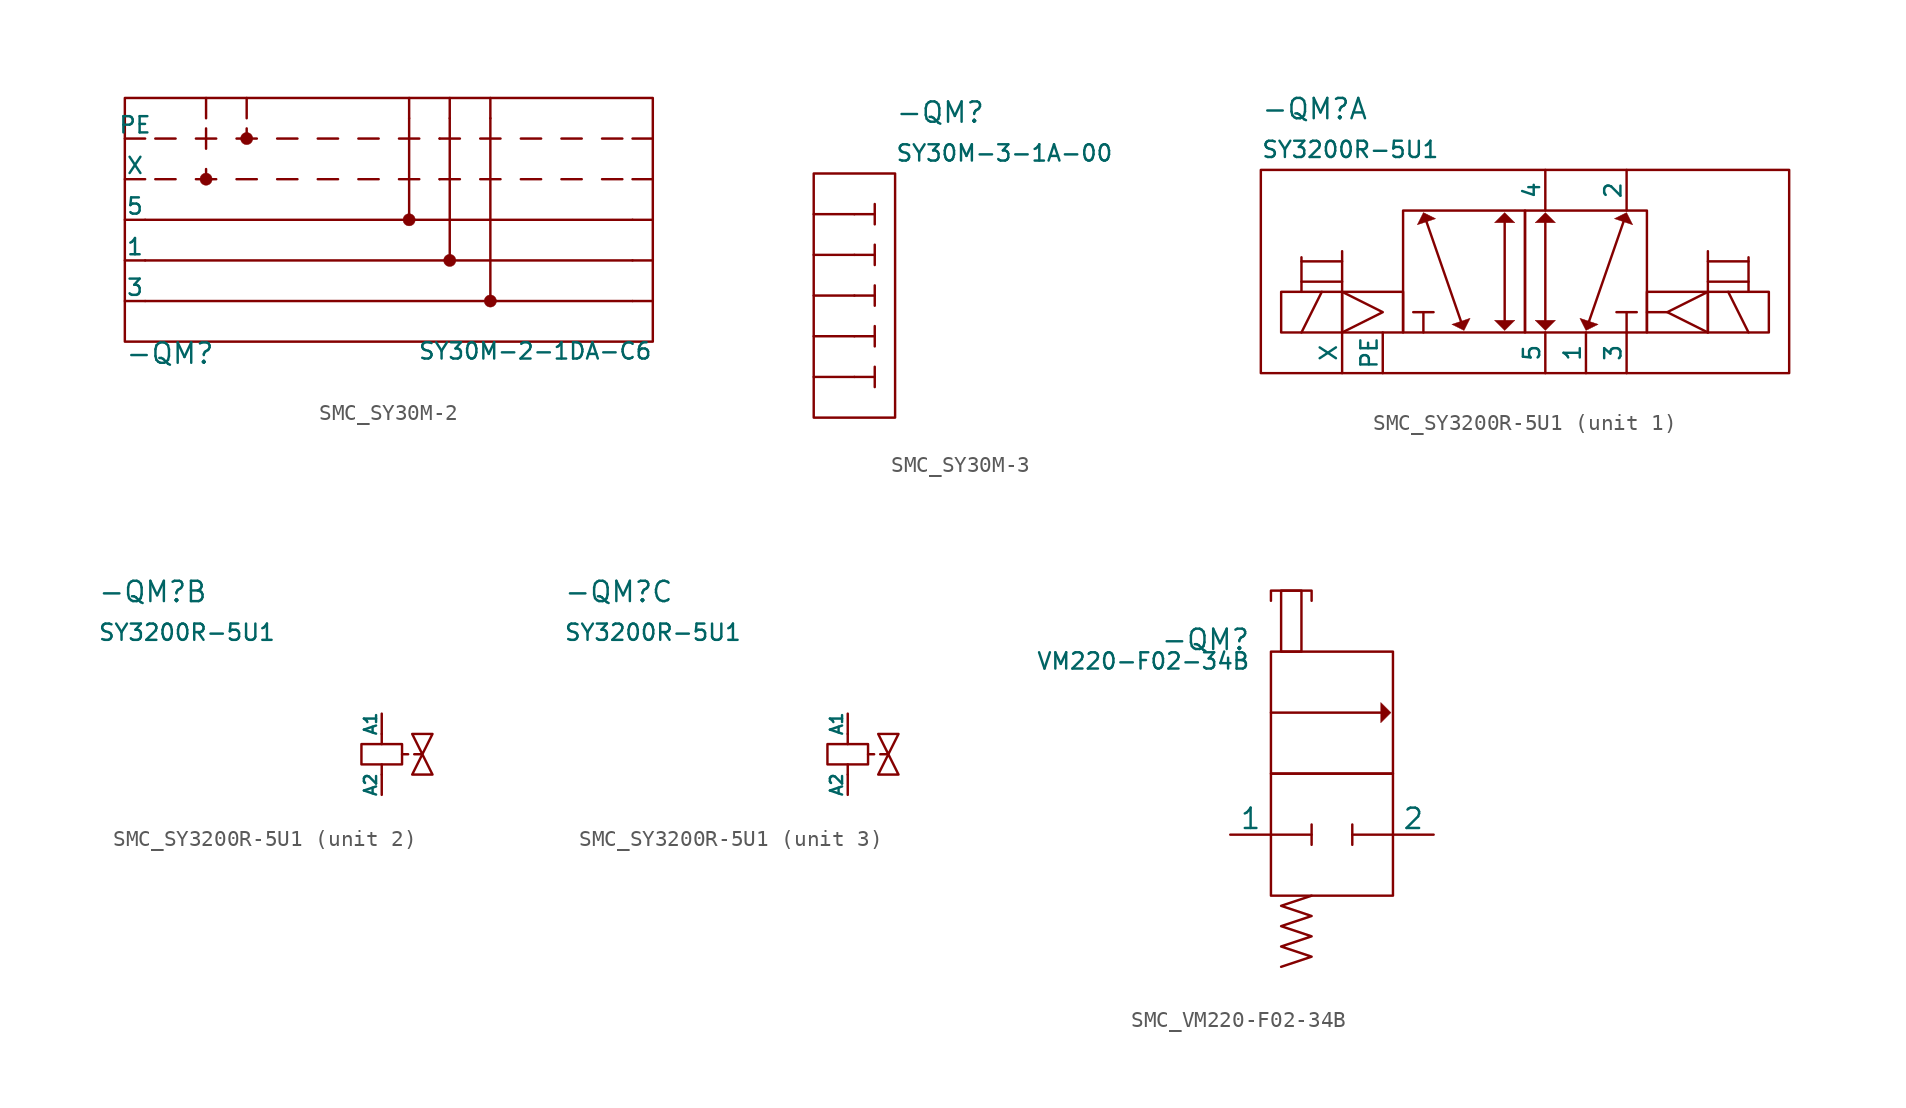
<source format=kicad_sym>
(kicad_symbol_lib
  (version 20231120)
  (generator "kicad_symbol_editor")
  (generator_version "8.0")
  (symbol "SMC_SY30M-2"
    (pin_numbers hide)
    (pin_names
      (offset 0))
    (property "Reference" "-QM"
      (at -16.51 -7.62 0)
      (do_not_autoplace)
      (effects (font (size 1.27 1.27)) (justify left top)))
    (property "Value" "${PartNo}"
      (at 16.51 -7.62 0)
      (do_not_autoplace)
      (effects (font (size 1.016 1.016)) (justify right top)))
    (property "PartNo" "SY30M-2-1DA-C6"
      (at 0 -10.16 0)
      (effects (font (size 1.27 1.27)) (hide yes)))
    (symbol "SMC_SY30M-2_0_1"
      (rectangle (start -16.51 7.62) (end 16.51 -7.62) (stroke (width 0) (type default)) (fill (type none)))
      (circle (center -11.43 2.54) (radius 0.381) (stroke (width 0.025) (type default)) (fill (type outline)))
      (circle (center -8.89 5.08) (radius 0.381) (stroke (width 0.025) (type default)) (fill (type outline)))
      (polyline (pts (xy -15.24 -5.08) (xy 15.24 -5.08)) (stroke (width 0) (type default)) (fill (type none)))
      (polyline (pts (xy -15.24 0) (xy 15.24 0)) (stroke (width 0) (type default)) (fill (type none)))
      (polyline (pts (xy -14.605 2.54) (xy -13.335 2.54)) (stroke (width 0) (type default)) (fill (type none)))
      (polyline (pts (xy -14.605 5.08) (xy -13.335 5.08)) (stroke (width 0) (type default)) (fill (type none)))
      (polyline (pts (xy -12.065 2.54) (xy -10.795 2.54)) (stroke (width 0) (type default)) (fill (type none)))
      (polyline (pts (xy -12.065 5.08) (xy -10.795 5.08)) (stroke (width 0) (type default)) (fill (type none)))
      (polyline (pts (xy -11.43 2.54) (xy -11.43 3.175)) (stroke (width 0) (type default)) (fill (type none)))
      (polyline (pts (xy -11.43 4.445) (xy -11.43 5.715)) (stroke (width 0) (type default)) (fill (type none)))
      (polyline (pts (xy -9.525 2.54) (xy -8.255 2.54)) (stroke (width 0) (type default)) (fill (type none)))
      (polyline (pts (xy -9.525 5.08) (xy -8.255 5.08)) (stroke (width 0) (type default)) (fill (type none)))
      (polyline (pts (xy -8.89 5.715) (xy -8.89 5.08)) (stroke (width 0) (type default)) (fill (type none)))
      (polyline (pts (xy -6.985 2.54) (xy -5.715 2.54)) (stroke (width 0) (type default)) (fill (type none)))
      (polyline (pts (xy -6.985 5.08) (xy -5.715 5.08)) (stroke (width 0) (type default)) (fill (type none)))
      (polyline (pts (xy -4.445 2.54) (xy -3.175 2.54)) (stroke (width 0) (type default)) (fill (type none)))
      (polyline (pts (xy -4.445 5.08) (xy -3.175 5.08)) (stroke (width 0) (type default)) (fill (type none)))
      (polyline (pts (xy -1.905 2.54) (xy -0.635 2.54)) (stroke (width 0) (type default)) (fill (type none)))
      (polyline (pts (xy -1.905 5.08) (xy -0.635 5.08)) (stroke (width 0) (type default)) (fill (type none)))
      (polyline (pts (xy 0.635 2.54) (xy 1.905 2.54)) (stroke (width 0) (type default)) (fill (type none)))
      (polyline (pts (xy 0.635 5.08) (xy 1.905 5.08)) (stroke (width 0) (type default)) (fill (type none)))
      (polyline (pts (xy 1.27 0) (xy 1.27 6.35)) (stroke (width 0) (type default)) (fill (type none)))
      (polyline (pts (xy 3.175 2.54) (xy 3.175 2.54)) (stroke (width 0) (type default)) (fill (type none)))
      (polyline (pts (xy 3.175 2.54) (xy 4.445 2.54)) (stroke (width 0) (type default)) (fill (type none)))
      (polyline (pts (xy 3.175 5.08) (xy 3.175 5.08)) (stroke (width 0) (type default)) (fill (type none)))
      (polyline (pts (xy 3.175 5.08) (xy 4.445 5.08)) (stroke (width 0) (type default)) (fill (type none)))
      (polyline (pts (xy 3.81 6.35) (xy 3.81 -2.54)) (stroke (width 0) (type default)) (fill (type none)))
      (polyline (pts (xy 5.715 2.54) (xy 6.985 2.54)) (stroke (width 0) (type default)) (fill (type none)))
      (polyline (pts (xy 5.715 5.08) (xy 6.985 5.08)) (stroke (width 0) (type default)) (fill (type none)))
      (polyline (pts (xy 6.35 6.35) (xy 6.35 -5.08)) (stroke (width 0) (type default)) (fill (type none)))
      (polyline (pts (xy 8.255 2.54) (xy 9.525 2.54)) (stroke (width 0) (type default)) (fill (type none)))
      (polyline (pts (xy 8.255 5.08) (xy 9.525 5.08)) (stroke (width 0) (type default)) (fill (type none)))
      (polyline (pts (xy 10.795 2.54) (xy 12.065 2.54)) (stroke (width 0) (type default)) (fill (type none)))
      (polyline (pts (xy 10.795 5.08) (xy 12.065 5.08)) (stroke (width 0) (type default)) (fill (type none)))
      (polyline (pts (xy 13.335 2.54) (xy 14.605 2.54)) (stroke (width 0) (type default)) (fill (type none)))
      (polyline (pts (xy 13.335 5.08) (xy 14.605 5.08)) (stroke (width 0) (type default)) (fill (type none)))
      (polyline (pts (xy 15.24 -2.54) (xy -15.24 -2.54)) (stroke (width 0) (type default)) (fill (type none)))
      (circle (center 1.27 0) (radius 0.381) (stroke (width 0.025) (type default)) (fill (type outline)))
      (circle (center 3.81 -2.54) (radius 0.381) (stroke (width 0.025) (type default)) (fill (type outline)))
      (circle (center 6.35 -5.08) (radius 0.381) (stroke (width 0.025) (type default)) (fill (type outline))))
    (symbol "SMC_SY30M-2_1_1"
      (pin passive line (at -16.51 5.08 0) (length 1.27) (name "PE" (effects (font (size 1.016 1.016)))) (number "1" (effects (font (size 1.016 1.016)))))
      (pin passive line (at 16.51 5.08 180) (length 1.27) (name "" (effects (font (size 1.27 1.27)))) (number "10" (effects (font (size 1.27 1.27)))))
      (pin passive line (at 6.35 7.62 270) (length 1.27) (name "" (effects (font (size 1.27 1.27)))) (number "11" (effects (font (size 1.27 1.27)))))
      (pin passive line (at 3.81 7.62 270) (length 1.27) (name "" (effects (font (size 1.27 1.27)))) (number "12" (effects (font (size 1.27 1.27)))))
      (pin passive line (at 1.27 7.62 270) (length 1.27) (name "" (effects (font (size 1.27 1.27)))) (number "13" (effects (font (size 1.27 1.27)))))
      (pin passive line (at -8.89 7.62 270) (length 1.27) (name "" (effects (font (size 1.27 1.27)))) (number "14" (effects (font (size 1.27 1.27)))))
      (pin passive line (at -11.43 7.62 270) (length 1.27) (name "" (effects (font (size 1.27 1.27)))) (number "16" (effects (font (size 1.27 1.27)))))
      (pin passive line (at -16.51 2.54 0) (length 1.27) (name "X" (effects (font (size 1.016 1.016)))) (number "2" (effects (font (size 1.016 1.016)))))
      (pin passive line (at -16.51 0 0) (length 1.27) (name "5" (effects (font (size 1.016 1.016)))) (number "3" (effects (font (size 1.016 1.016)))))
      (pin passive line (at -16.51 -2.54 0) (length 1.27) (name "1" (effects (font (size 1.016 1.016)))) (number "4" (effects (font (size 1.016 1.016)))))
      (pin passive line (at -16.51 -5.08 0) (length 1.27) (name "3" (effects (font (size 1.016 1.016)))) (number "5" (effects (font (size 1.016 1.016)))))
      (pin passive line (at 16.51 -5.08 180) (length 1.27) (name "" (effects (font (size 1.27 1.27)))) (number "6" (effects (font (size 1.27 1.27)))))
      (pin passive line (at 16.51 -2.54 180) (length 1.27) (name "" (effects (font (size 1.27 1.27)))) (number "7" (effects (font (size 1.27 1.27)))))
      (pin passive line (at 16.51 0 180) (length 1.27) (name "" (effects (font (size 1.27 1.27)))) (number "8" (effects (font (size 1.27 1.27)))))
      (pin passive line (at 16.51 2.54 180) (length 1.27) (name "" (effects (font (size 1.27 1.27)))) (number "9" (effects (font (size 1.27 1.27)))))))
  (symbol "SMC_SY30M-3"
    (pin_numbers hide)
    (pin_names
      (offset 0))
    (property "Reference" "-QM"
      (at 5.08 11.43 0)
      (do_not_autoplace)
      (effects (font (size 1.27 1.27)) (justify left)))
    (property "Value" "${PartNo}"
      (at 5.08 8.89 0)
      (do_not_autoplace)
      (effects (font (size 1.016 1.016)) (justify left)))
    (property "PartNo" "SY30M-3-1A-00"
      (at 0 -10.16 0)
      (effects (font (size 1.27 1.27)) (hide yes)))
    (symbol "SMC_SY30M-3_0_1"
      (polyline (pts (xy 2.54 -5.08) (xy 3.81 -5.08)) (stroke (width 0) (type default)) (fill (type none)))
      (polyline (pts (xy 2.54 -2.54) (xy 3.81 -2.54)) (stroke (width 0) (type default)) (fill (type none)))
      (polyline (pts (xy 2.54 0) (xy 3.81 0)) (stroke (width 0) (type default)) (fill (type none)))
      (polyline (pts (xy 2.54 2.54) (xy 3.81 2.54)) (stroke (width 0) (type default)) (fill (type none)))
      (polyline (pts (xy 2.54 5.08) (xy 3.81 5.08)) (stroke (width 0) (type default)) (fill (type none)))
      (polyline (pts (xy 3.81 -5.715) (xy 3.81 -4.445)) (stroke (width 0) (type default)) (fill (type none)))
      (polyline (pts (xy 3.81 -3.175) (xy 3.81 -1.905)) (stroke (width 0) (type default)) (fill (type none)))
      (polyline (pts (xy 3.81 -0.635) (xy 3.81 0.635)) (stroke (width 0) (type default)) (fill (type none)))
      (polyline (pts (xy 3.81 1.905) (xy 3.81 3.175)) (stroke (width 0) (type default)) (fill (type none)))
      (polyline (pts (xy 3.81 4.445) (xy 3.81 5.715)) (stroke (width 0) (type default)) (fill (type none)))
      (rectangle (start 0 7.62) (end 5.08 -7.62) (stroke (width 0) (type default)) (fill (type none))))
    (symbol "SMC_SY30M-3_1_1"
      (pin passive line (at 0 -5.08 0) (length 2.54) (name "" (effects (font (size 1.27 1.27)))) (number "5" (effects (font (size 1.27 1.27)))))
      (pin passive line (at 0 -2.54 0) (length 2.54) (name "" (effects (font (size 1.27 1.27)))) (number "6" (effects (font (size 1.27 1.27)))))
      (pin passive line (at 0 0 0) (length 2.54) (name "" (effects (font (size 1.27 1.27)))) (number "7" (effects (font (size 1.27 1.27)))))
      (pin passive line (at 0 2.54 0) (length 2.54) (name "" (effects (font (size 1.27 1.27)))) (number "8" (effects (font (size 1.27 1.27)))))
      (pin passive line (at 0 5.08 0) (length 2.54) (name "" (effects (font (size 1.27 1.27)))) (number "9" (effects (font (size 1.27 1.27)))))))
  (symbol "SMC_SY3200R-5U1"
    (pin_numbers hide)
    (pin_names
      (offset 0))
    (property "Reference" "-QM"
      (at -17.78 10.16 0)
      (do_not_autoplace)
      (effects (font (size 1.27 1.27)) (justify left)))
    (property "Value" "${PartNo}"
      (at -17.78 7.62 0)
      (do_not_autoplace)
      (effects (font (size 1.016 1.016)) (justify left)))
    (property "PartNo" "SY3200R-5U1"
      (at 0 -16.51 0)
      (effects (font (size 1.27 1.27)) (hide yes)))
    (property "ki_locked" ""
      (at 0 0 0)
      (effects (font (size 1.27 1.27))))
    (symbol "SMC_SY3200R-5U1_1_1"
      (rectangle (start -17.78 6.35) (end 15.24 -6.35) (stroke (width 0) (type default)) (fill (type none)))
      (rectangle (start -16.51 -1.27) (end -12.7 -3.81) (stroke (width 0) (type default)) (fill (type none)))
      (rectangle (start -12.7 -1.27) (end -8.89 -3.81) (stroke (width 0) (type default)) (fill (type none)))
      (rectangle (start -8.89 3.81) (end -1.27 -3.81) (stroke (width 0) (type default)) (fill (type none)))
      (rectangle (start -1.27 3.81) (end 6.35 -3.81) (stroke (width 0) (type default)) (fill (type none)))
      (polyline (pts (xy -15.24 -3.81) (xy -13.97 -1.27)) (stroke (width 0) (type default)) (fill (type none)))
      (polyline (pts (xy -15.24 -0.635) (xy -12.7 -0.635)) (stroke (width 0) (type default)) (fill (type none)))
      (polyline (pts (xy -15.24 0.889) (xy -15.24 -1.27)) (stroke (width 0) (type default)) (fill (type none)))
      (polyline (pts (xy -12.7 -1.27) (xy -12.7 1.27)) (stroke (width 0) (type default)) (fill (type none)))
      (polyline (pts (xy -12.7 0.635) (xy -15.24 0.635)) (stroke (width 0) (type default)) (fill (type none)))
      (polyline (pts (xy -8.255 -2.54) (xy -6.985 -2.54)) (stroke (width 0) (type default)) (fill (type none)))
      (polyline (pts (xy -7.62 -3.81) (xy -7.62 -2.54)) (stroke (width 0) (type default)) (fill (type none)))
      (polyline (pts (xy -5.207 -3.302) (xy -7.493 3.302)) (stroke (width 0) (type default)) (fill (type none)))
      (polyline (pts (xy -2.54 -3.048) (xy -2.54 3.048)) (stroke (width 0) (type default)) (fill (type none)))
      (polyline (pts (xy 0 -3.048) (xy 0 3.048)) (stroke (width 0) (type default)) (fill (type none)))
      (polyline (pts (xy 2.667 -3.302) (xy 4.953 3.302)) (stroke (width 0) (type default)) (fill (type none)))
      (polyline (pts (xy 4.445 -2.54) (xy 5.715 -2.54)) (stroke (width 0) (type default)) (fill (type none)))
      (polyline (pts (xy 5.08 -3.81) (xy 5.08 -2.54)) (stroke (width 0) (type default)) (fill (type none)))
      (polyline (pts (xy 7.62 -2.54) (xy 6.35 -2.54)) (stroke (width 0) (type default)) (fill (type none)))
      (polyline (pts (xy 10.16 -1.27) (xy 10.16 1.27)) (stroke (width 0) (type default)) (fill (type none)))
      (polyline (pts (xy 10.16 0.635) (xy 12.7 0.635)) (stroke (width 0) (type default)) (fill (type none)))
      (polyline (pts (xy 12.7 -3.81) (xy 11.43 -1.27)) (stroke (width 0) (type default)) (fill (type none)))
      (polyline (pts (xy 12.7 -0.635) (xy 10.16 -0.635)) (stroke (width 0) (type default)) (fill (type none)))
      (polyline (pts (xy 12.7 0.889) (xy 12.7 -1.27)) (stroke (width 0) (type default)) (fill (type none)))
      (polyline (pts (xy -12.7 -3.81) (xy -10.16 -2.54) (xy -12.7 -1.27)) (stroke (width 0) (type default)) (fill (type none)))
      (polyline (pts (xy 10.16 -3.81) (xy 7.62 -2.54) (xy 10.16 -1.27)) (stroke (width 0) (type default)) (fill (type none)))
      (polyline (pts (xy -7.62 3.683) (xy -8.001 2.921) (xy -6.858 3.302) (xy -7.62 3.683)) (stroke (width 0.025) (type default)) (fill (type outline)))
      (polyline (pts (xy -5.08 -3.683) (xy -4.699 -2.921) (xy -5.842 -3.302) (xy -5.08 -3.683)) (stroke (width 0.025) (type default)) (fill (type outline)))
      (polyline (pts (xy -2.54 -3.683) (xy -3.175 -3.048) (xy -1.905 -3.048) (xy -2.54 -3.683)) (stroke (width 0.025) (type default)) (fill (type outline)))
      (polyline (pts (xy -2.54 3.683) (xy -3.175 3.048) (xy -1.905 3.048) (xy -2.54 3.683)) (stroke (width 0.025) (type default)) (fill (type outline)))
      (polyline (pts (xy 0 -3.683) (xy -0.635 -3.048) (xy 0.635 -3.048) (xy 0 -3.683)) (stroke (width 0.025) (type default)) (fill (type outline)))
      (polyline (pts (xy 0 3.683) (xy -0.635 3.048) (xy 0.635 3.048) (xy 0 3.683)) (stroke (width 0.025) (type default)) (fill (type outline)))
      (polyline (pts (xy 2.54 -3.683) (xy 2.159 -2.921) (xy 3.302 -3.302) (xy 2.54 -3.683)) (stroke (width 0.025) (type default)) (fill (type outline)))
      (polyline (pts (xy 5.08 3.683) (xy 5.461 2.921) (xy 4.318 3.302) (xy 5.08 3.683)) (stroke (width 0.025) (type default)) (fill (type outline)))
      (rectangle (start 6.35 -1.27) (end 10.16 -3.81) (stroke (width 0) (type default)) (fill (type none)))
      (rectangle (start 10.16 -1.27) (end 13.97 -3.81) (stroke (width 0) (type default)) (fill (type none)))
      (pin passive line (at 2.54 -6.35 90) (length 2.54) (name "1" (effects (font (size 1.016 1.016)))) (number "" (effects (font (size 1.016 1.016)))))
      (pin passive line (at 5.08 -6.35 90) (length 2.54) (name "3" (effects (font (size 1.016 1.016)))) (number "" (effects (font (size 1.016 1.016)))))
      (pin passive line (at 0 -6.35 90) (length 2.54) (name "5" (effects (font (size 1.016 1.016)))) (number "" (effects (font (size 1.016 1.016)))))
      (pin passive line (at -10.16 -6.35 90) (length 2.54) (name "PE" (effects (font (size 1.016 1.016)))) (number "" (effects (font (size 1.016 1.016)))))
      (pin passive line (at -12.7 -6.35 90) (length 2.54) (name "X" (effects (font (size 1.016 1.016)))) (number "" (effects (font (size 1.016 1.016)))))
      (pin passive line (at 5.08 6.35 270) (length 2.54) (name "2" (effects (font (size 1.016 1.016)))) (number "2" (effects (font (size 1.016 1.016)))))
      (pin passive line (at 0 6.35 270) (length 2.54) (name "4" (effects (font (size 1.016 1.016)))) (number "4" (effects (font (size 1.016 1.016))))))
    (symbol "SMC_SY3200R-5U1_2_1"
      (rectangle (start -1.27 0.635) (end 1.27 -0.635) (stroke (width 0) (type default)) (fill (type none)))
      (polyline (pts (xy 0 -1.27) (xy 0 -0.635)) (stroke (width 0) (type default)) (fill (type none)))
      (polyline (pts (xy 0 0.635) (xy 0 1.27)) (stroke (width 0) (type default)) (fill (type none)))
      (polyline (pts (xy 1.27 0) (xy 1.651 0)) (stroke (width 0) (type default)) (fill (type none)))
      (polyline (pts (xy 2.032 0) (xy 2.54 0)) (stroke (width 0) (type default)) (fill (type none)))
      (polyline (pts (xy 1.905 -1.27) (xy 3.175 1.27) (xy 1.905 1.27) (xy 3.175 -1.27) (xy 1.905 -1.27)) (stroke (width 0) (type default)) (fill (type none)))
      (pin passive line (at 0 2.54 270) (length 1.27) (name "A1" (effects (font (size 0.762 0.762)))) (number "" (effects (font (size 1.27 1.27)))))
      (pin passive line (at 0 -2.54 90) (length 1.27) (name "A2" (effects (font (size 0.762 0.762)))) (number "" (effects (font (size 1.27 1.27))))))
    (symbol "SMC_SY3200R-5U1_3_1"
      (rectangle (start -1.27 0.635) (end 1.27 -0.635) (stroke (width 0) (type default)) (fill (type none)))
      (polyline (pts (xy 0 -1.27) (xy 0 -0.635)) (stroke (width 0) (type default)) (fill (type none)))
      (polyline (pts (xy 0 0.635) (xy 0 1.27)) (stroke (width 0) (type default)) (fill (type none)))
      (polyline (pts (xy 1.27 0) (xy 1.651 0)) (stroke (width 0) (type default)) (fill (type none)))
      (polyline (pts (xy 2.032 0) (xy 2.54 0)) (stroke (width 0) (type default)) (fill (type none)))
      (polyline (pts (xy 1.905 -1.27) (xy 3.175 1.27) (xy 1.905 1.27) (xy 3.175 -1.27) (xy 1.905 -1.27)) (stroke (width 0) (type default)) (fill (type none)))
      (pin passive line (at 0 2.54 270) (length 1.27) (name "A1" (effects (font (size 0.762 0.762)))) (number "" (effects (font (size 1.27 1.27)))))
      (pin passive line (at 0 -2.54 90) (length 1.27) (name "A2" (effects (font (size 0.762 0.762)))) (number "" (effects (font (size 1.27 1.27)))))))
  (symbol "SMC_VM220-F02-34B"
    (pin_numbers hide)
    (pin_names
      (offset 0))
    (property "Reference" "-QM"
      (at -5.08 11.43 0)
      (effects (font (size 1.27 1.27)) (justify right bottom)))
    (property "Value" "${PartNo}"
      (at -5.08 11.43 0)
      (effects (font (size 1.016 1.016)) (justify right top)))
    (property "PartNo" "VM220-F02-34B"
      (at -5.08 11.43 0)
      (effects (font (size 1.016 1.016)) (justify right top) (hide yes)))
    (symbol "SMC_VM220-F02-34B_0_1"
      (rectangle (start -3.81 3.81) (end 3.81 -3.81) (stroke (width 0) (type default)) (fill (type none)))
      (rectangle (start -3.81 11.43) (end 3.81 3.81) (stroke (width 0) (type default)) (fill (type none)))
      (rectangle (start -3.175 15.24) (end -1.905 11.43) (stroke (width 0) (type default)) (fill (type none)))
      (polyline (pts (xy -3.81 0) (xy -1.27 0)) (stroke (width 0) (type default)) (fill (type none)))
      (polyline (pts (xy -1.27 -0.635) (xy -1.27 0.635)) (stroke (width 0) (type default)) (fill (type none)))
      (polyline (pts (xy 1.27 -0.635) (xy 1.27 0.635)) (stroke (width 0) (type default)) (fill (type none)))
      (polyline (pts (xy 3.048 7.62) (xy -3.81 7.62)) (stroke (width 0) (type default)) (fill (type none)))
      (polyline (pts (xy 3.81 0) (xy 1.27 0)) (stroke (width 0) (type default)) (fill (type none)))
      (polyline (pts (xy -3.81 14.605) (xy -3.81 15.24) (xy -1.27 15.24) (xy -1.27 14.605)) (stroke (width 0) (type default)) (fill (type none)))
      (polyline (pts (xy 3.683 7.62) (xy 3.048 8.255) (xy 3.048 6.985) (xy 3.683 7.62)) (stroke (width 0.025) (type default)) (fill (type outline)))
      (polyline (pts (xy -1.27 -3.81) (xy -3.175 -4.445) (xy -1.27 -5.08) (xy -3.175 -5.715) (xy -1.27 -6.35) (xy -3.175 -6.985) (xy -1.27 -7.62) (xy -3.175 -8.255)) (stroke (width 0) (type default)) (fill (type none))))
    (symbol "SMC_VM220-F02-34B_1_1"
      (pin passive line (at -6.35 0 0) (length 2.54) (name "1" (effects (font (size 1.27 1.27)))) (number "1" (effects (font (size 1.27 1.27)))))
      (pin passive line (at 6.35 0 180) (length 2.54) (name "2" (effects (font (size 1.27 1.27)))) (number "2" (effects (font (size 1.27 1.27))))))))
</source>
